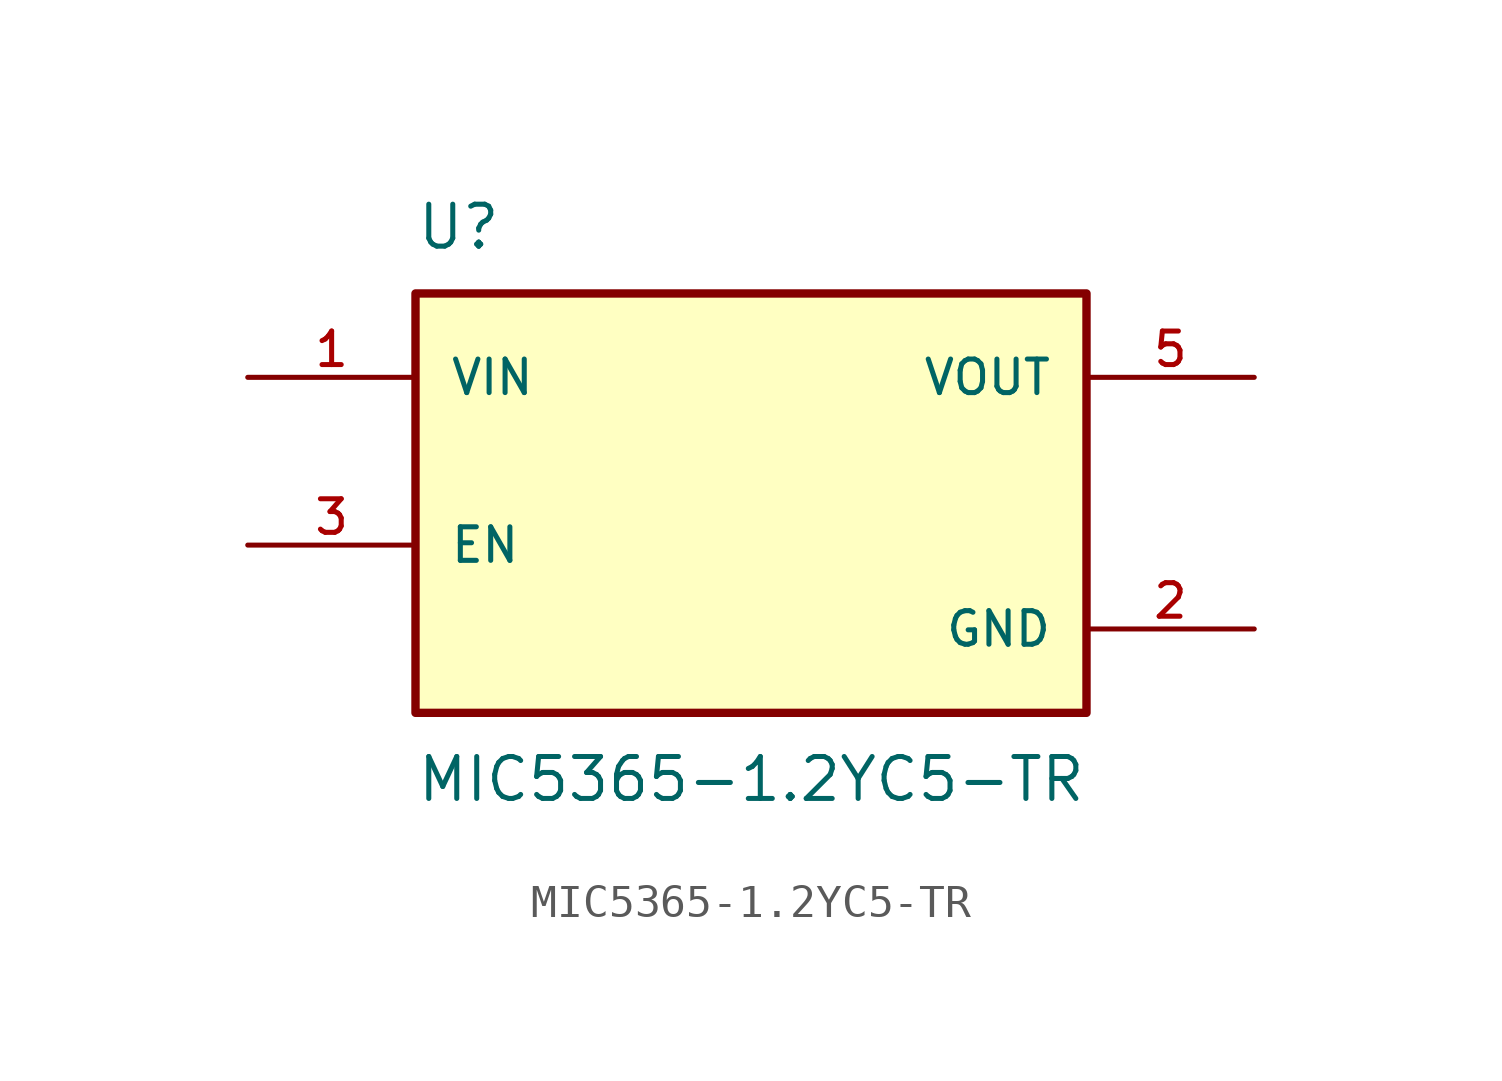
<source format=kicad_sym>
(kicad_symbol_lib
  (version 20211014)
  (generator kicad_symbol_editor)
  (symbol "MIC5365-1.2YC5-TR"
    (pin_names
      (offset 1.016))
    (property "Reference" "U"
      (at -10.16 6.35 0)
      (effects (font (size 1.27 1.27)) (justify bottom left)))
    (property "Value" "MIC5365-1.2YC5-TR"
      (at -10.16 -8.89 0)
      (effects (font (size 1.27 1.27)) (justify top left)))
    (symbol "MIC5365-1.2YC5-TR_0_0"
      (rectangle (start -10.16 -7.62) (end 10.16 5.08) (stroke (width 0.254)) (fill (type background)))
      (pin input line (at -15.24 2.54 0) (length 5.08) (name "VIN" (effects (font (size 1.016 1.016)))) (number "1" (effects (font (size 1.016 1.016)))))
      (pin power_in line (at 15.24 -5.08 180.0) (length 5.08) (name "GND" (effects (font (size 1.016 1.016)))) (number "2" (effects (font (size 1.016 1.016)))))
      (pin input line (at -15.24 -2.54 0) (length 5.08) (name "EN" (effects (font (size 1.016 1.016)))) (number "3" (effects (font (size 1.016 1.016)))))
      (pin output line (at 15.24 2.54 180.0) (length 5.08) (name "VOUT" (effects (font (size 1.016 1.016)))) (number "5" (effects (font (size 1.016 1.016))))))))
</source>
